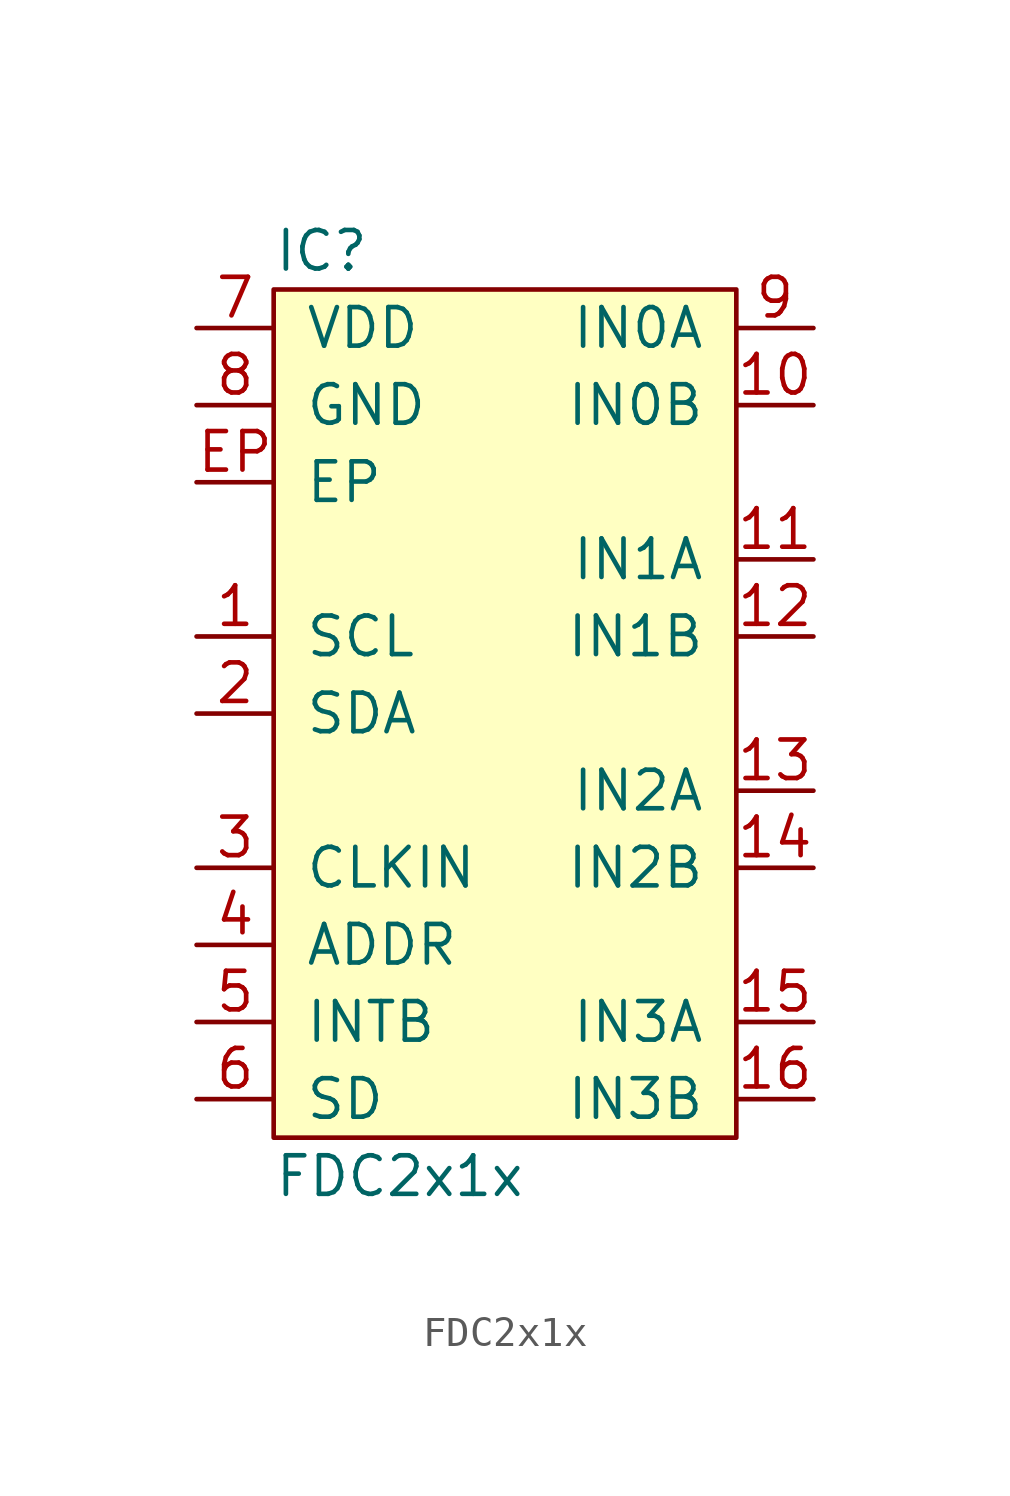
<source format=kicad_sym>
(kicad_symbol_lib
  (version 20211014)
  (generator agg_kicad.build_lib_ic)
  (symbol "FDC2x1x"
    (pin_names
      (offset 1.016))
    (property Reference IC
      (at -7.62 15.24 0)
      (effects (font (size 1.27 1.27)) (justify left)))
    (property Value "FDC2x1x"
      (at -7.62 -15.24 0)
      (effects (font (size 1.27 1.27)) (justify left)))
    (symbol "FDC2x1x_0_0"
      (rectangle (start -7.62 13.97) (end 7.62 -13.97) (stroke (width 0) (type default) (color 0 0 0 0)) (fill (type background)))
      (pin power_in line (at -10.16 12.7 0) (length 2.54) (name VDD (effects (font (size 1.27 1.27)))) (number "7" (effects (font (size 1.27 1.27)))))
      (pin power_in line (at -10.16 10.16 0) (length 2.54) (name GND (effects (font (size 1.27 1.27)))) (number "8" (effects (font (size 1.27 1.27)))))
      (pin power_in line (at -10.16 7.62 0) (length 2.54) (name EP (effects (font (size 1.27 1.27)))) (number EP (effects (font (size 1.27 1.27)))))
      (pin open_collector line (at -10.16 2.54 0) (length 2.54) (name SCL (effects (font (size 1.27 1.27)))) (number "1" (effects (font (size 1.27 1.27)))))
      (pin open_collector line (at -10.16 0 0) (length 2.54) (name SDA (effects (font (size 1.27 1.27)))) (number "2" (effects (font (size 1.27 1.27)))))
      (pin input line (at -10.16 -5.08 0) (length 2.54) (name CLKIN (effects (font (size 1.27 1.27)))) (number "3" (effects (font (size 1.27 1.27)))))
      (pin input line (at -10.16 -7.62 0) (length 2.54) (name ADDR (effects (font (size 1.27 1.27)))) (number "4" (effects (font (size 1.27 1.27)))))
      (pin open_collector line (at -10.16 -10.16 0) (length 2.54) (name INTB (effects (font (size 1.27 1.27)))) (number "5" (effects (font (size 1.27 1.27)))))
      (pin input line (at -10.16 -12.7 0) (length 2.54) (name SD (effects (font (size 1.27 1.27)))) (number "6" (effects (font (size 1.27 1.27)))))
      (pin input line (at 10.16 12.7 180) (length 2.54) (name "IN0A" (effects (font (size 1.27 1.27)))) (number "9" (effects (font (size 1.27 1.27)))))
      (pin input line (at 10.16 10.16 180) (length 2.54) (name "IN0B" (effects (font (size 1.27 1.27)))) (number "10" (effects (font (size 1.27 1.27)))))
      (pin input line (at 10.16 5.08 180) (length 2.54) (name "IN1A" (effects (font (size 1.27 1.27)))) (number "11" (effects (font (size 1.27 1.27)))))
      (pin input line (at 10.16 2.54 180) (length 2.54) (name "IN1B" (effects (font (size 1.27 1.27)))) (number "12" (effects (font (size 1.27 1.27)))))
      (pin input line (at 10.16 -2.54 180) (length 2.54) (name "IN2A" (effects (font (size 1.27 1.27)))) (number "13" (effects (font (size 1.27 1.27)))))
      (pin input line (at 10.16 -5.08 180) (length 2.54) (name "IN2B" (effects (font (size 1.27 1.27)))) (number "14" (effects (font (size 1.27 1.27)))))
      (pin input line (at 10.16 -10.16 180) (length 2.54) (name "IN3A" (effects (font (size 1.27 1.27)))) (number "15" (effects (font (size 1.27 1.27)))))
      (pin input line (at 10.16 -12.7 180) (length 2.54) (name "IN3B" (effects (font (size 1.27 1.27)))) (number "16" (effects (font (size 1.27 1.27))))))))
</source>
